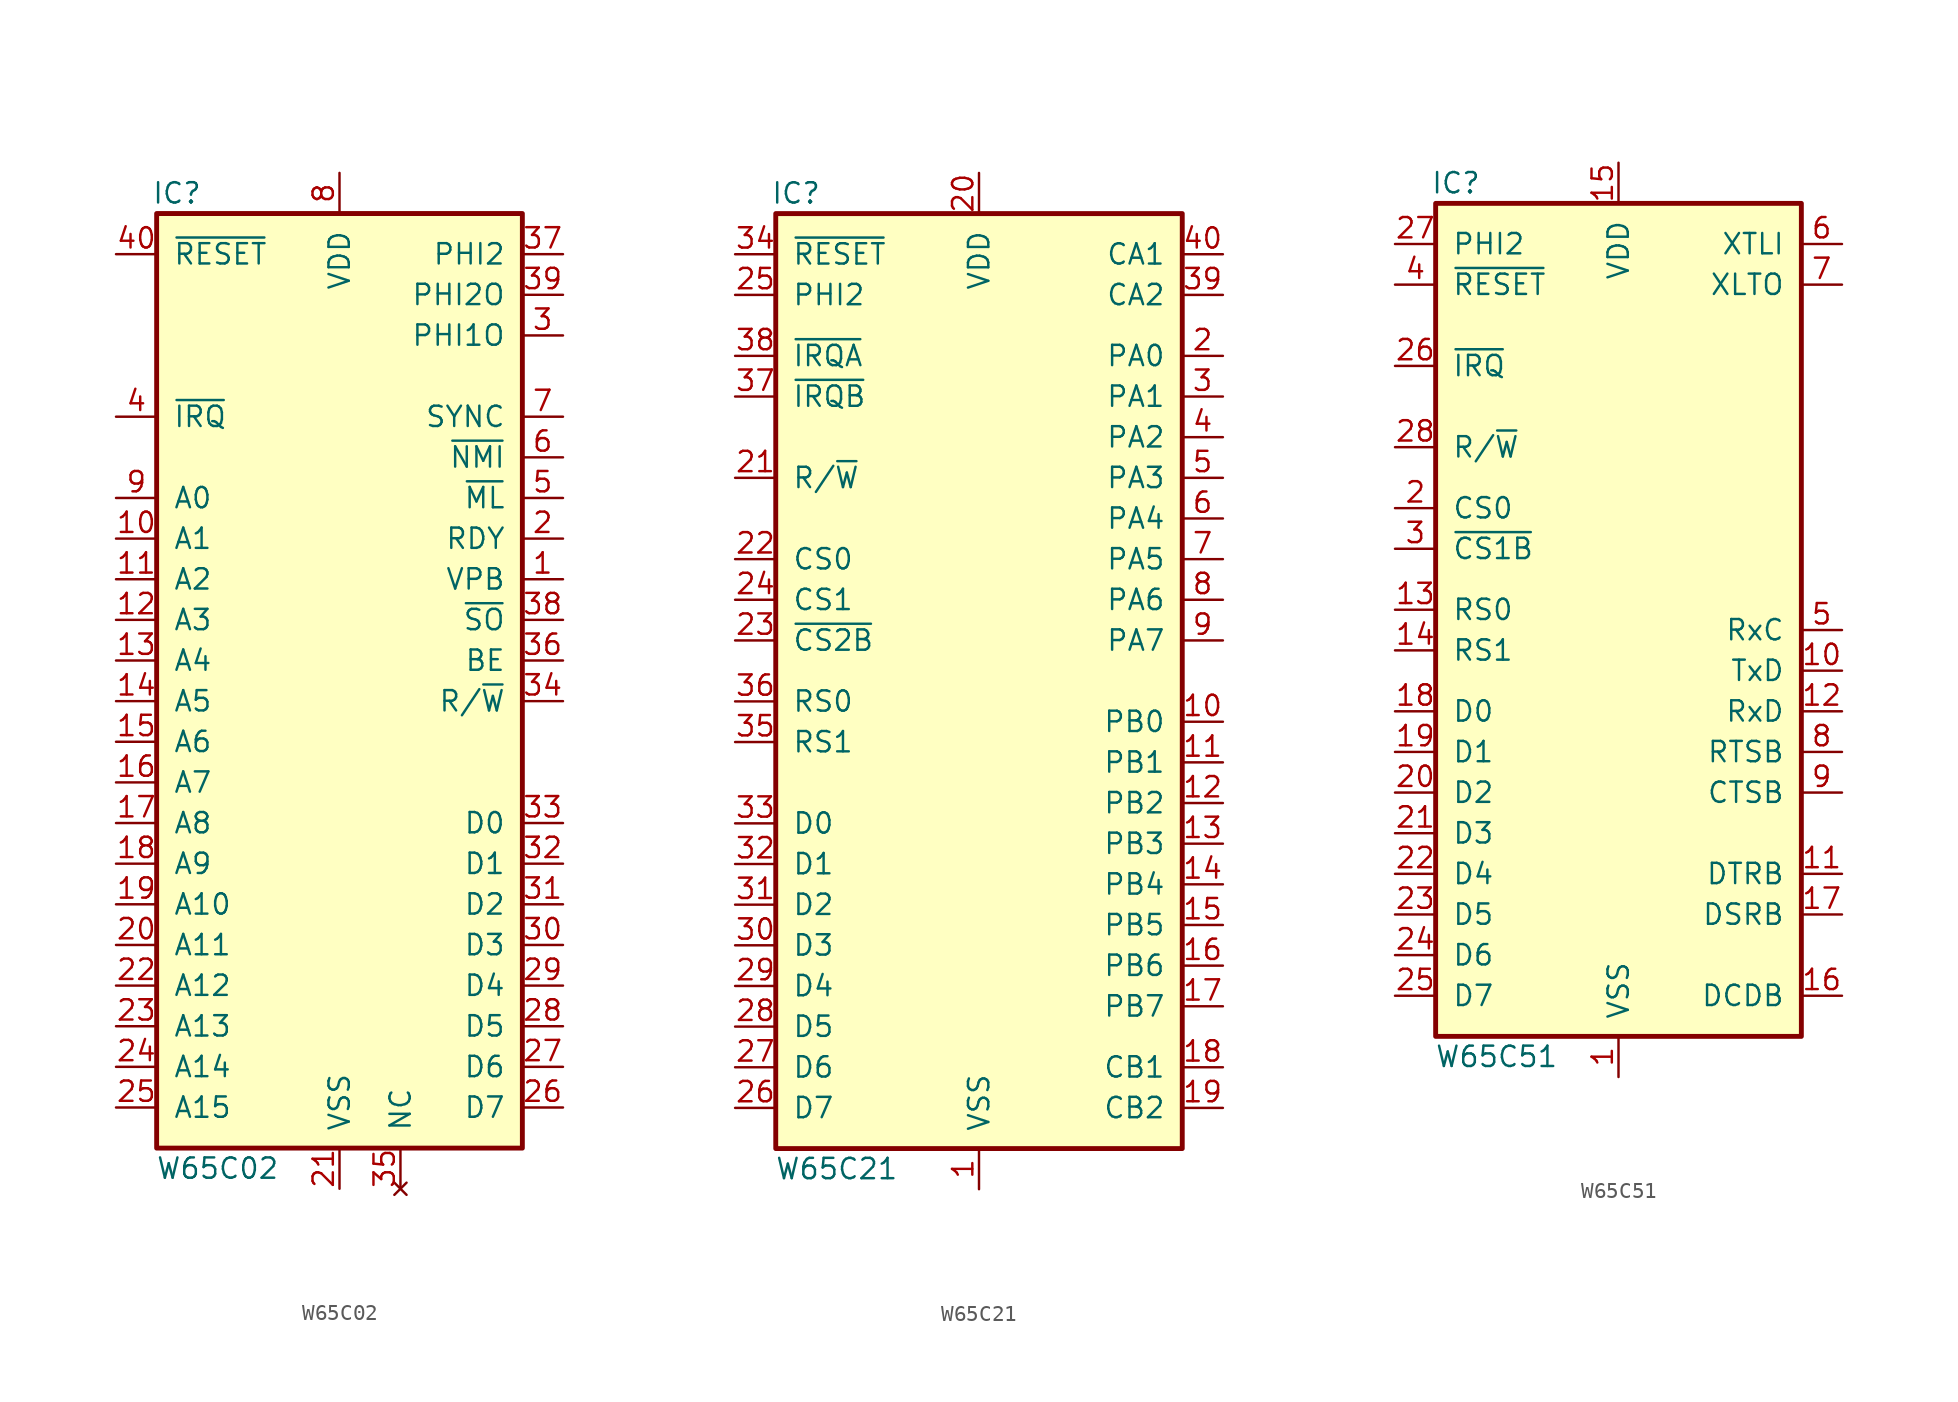
<source format=kicad_sym>
(kicad_symbol_lib
  (version 20231120)
  (generator "kicad_symbol_editor")
  (generator_version "8.0")
  (symbol "W65C02"
    (pin_names
      (offset 1.016))
    (property "Reference" "IC"
      (at -10.16 30.48 0)
      (effects (font (size 1.27 1.27))))
    (property "Value" "W65C02"
      (at -7.62 -30.48 0)
      (effects (font (size 1.27 1.27))))
    (symbol "W65C02_1_0"
      (rectangle (start -11.43 -29.21) (end 11.43 29.21) (stroke (width 0.305) (type solid)) (fill (type background))))
    (symbol "W65C02_1_1"
      (pin output line (at 13.97 6.35 180) (length 2.54) (name "VPB" (effects (font (size 1.27 1.27)))) (number "1" (effects (font (size 1.27 1.27)))))
      (pin output line (at -13.97 8.89 0) (length 2.54) (name "A1" (effects (font (size 1.27 1.27)))) (number "10" (effects (font (size 1.27 1.27)))))
      (pin output line (at -13.97 6.35 0) (length 2.54) (name "A2" (effects (font (size 1.27 1.27)))) (number "11" (effects (font (size 1.27 1.27)))))
      (pin output line (at -13.97 3.81 0) (length 2.54) (name "A3" (effects (font (size 1.27 1.27)))) (number "12" (effects (font (size 1.27 1.27)))))
      (pin output line (at -13.97 1.27 0) (length 2.54) (name "A4" (effects (font (size 1.27 1.27)))) (number "13" (effects (font (size 1.27 1.27)))))
      (pin output line (at -13.97 -1.27 0) (length 2.54) (name "A5" (effects (font (size 1.27 1.27)))) (number "14" (effects (font (size 1.27 1.27)))))
      (pin output line (at -13.97 -3.81 0) (length 2.54) (name "A6" (effects (font (size 1.27 1.27)))) (number "15" (effects (font (size 1.27 1.27)))))
      (pin output line (at -13.97 -6.35 0) (length 2.54) (name "A7" (effects (font (size 1.27 1.27)))) (number "16" (effects (font (size 1.27 1.27)))))
      (pin output line (at -13.97 -8.89 0) (length 2.54) (name "A8" (effects (font (size 1.27 1.27)))) (number "17" (effects (font (size 1.27 1.27)))))
      (pin output line (at -13.97 -11.43 0) (length 2.54) (name "A9" (effects (font (size 1.27 1.27)))) (number "18" (effects (font (size 1.27 1.27)))))
      (pin output line (at -13.97 -13.97 0) (length 2.54) (name "A10" (effects (font (size 1.27 1.27)))) (number "19" (effects (font (size 1.27 1.27)))))
      (pin input line (at 13.97 8.89 180) (length 2.54) (name "RDY" (effects (font (size 1.27 1.27)))) (number "2" (effects (font (size 1.27 1.27)))))
      (pin output line (at -13.97 -16.51 0) (length 2.54) (name "A11" (effects (font (size 1.27 1.27)))) (number "20" (effects (font (size 1.27 1.27)))))
      (pin power_in line (at 0 -31.75 90) (length 2.54) (name "VSS" (effects (font (size 1.27 1.27)))) (number "21" (effects (font (size 1.27 1.27)))))
      (pin output line (at -13.97 -19.05 0) (length 2.54) (name "A12" (effects (font (size 1.27 1.27)))) (number "22" (effects (font (size 1.27 1.27)))))
      (pin output line (at -13.97 -21.59 0) (length 2.54) (name "A13" (effects (font (size 1.27 1.27)))) (number "23" (effects (font (size 1.27 1.27)))))
      (pin output line (at -13.97 -24.13 0) (length 2.54) (name "A14" (effects (font (size 1.27 1.27)))) (number "24" (effects (font (size 1.27 1.27)))))
      (pin output line (at -13.97 -26.67 0) (length 2.54) (name "A15" (effects (font (size 1.27 1.27)))) (number "25" (effects (font (size 1.27 1.27)))))
      (pin bidirectional line (at 13.97 -26.67 180) (length 2.54) (name "D7" (effects (font (size 1.27 1.27)))) (number "26" (effects (font (size 1.27 1.27)))))
      (pin bidirectional line (at 13.97 -24.13 180) (length 2.54) (name "D6" (effects (font (size 1.27 1.27)))) (number "27" (effects (font (size 1.27 1.27)))))
      (pin bidirectional line (at 13.97 -21.59 180) (length 2.54) (name "D5" (effects (font (size 1.27 1.27)))) (number "28" (effects (font (size 1.27 1.27)))))
      (pin bidirectional line (at 13.97 -19.05 180) (length 2.54) (name "D4" (effects (font (size 1.27 1.27)))) (number "29" (effects (font (size 1.27 1.27)))))
      (pin output line (at 13.97 21.59 180) (length 2.54) (name "PHI1O" (effects (font (size 1.27 1.27)))) (number "3" (effects (font (size 1.27 1.27)))))
      (pin bidirectional line (at 13.97 -16.51 180) (length 2.54) (name "D3" (effects (font (size 1.27 1.27)))) (number "30" (effects (font (size 1.27 1.27)))))
      (pin bidirectional line (at 13.97 -13.97 180) (length 2.54) (name "D2" (effects (font (size 1.27 1.27)))) (number "31" (effects (font (size 1.27 1.27)))))
      (pin bidirectional line (at 13.97 -11.43 180) (length 2.54) (name "D1" (effects (font (size 1.27 1.27)))) (number "32" (effects (font (size 1.27 1.27)))))
      (pin bidirectional line (at 13.97 -8.89 180) (length 2.54) (name "D0" (effects (font (size 1.27 1.27)))) (number "33" (effects (font (size 1.27 1.27)))))
      (pin output line (at 13.97 -1.27 180) (length 2.54) (name "R/~{W}" (effects (font (size 1.27 1.27)))) (number "34" (effects (font (size 1.27 1.27)))))
      (pin no_connect line (at 3.81 -31.75 90) (length 2.54) (name "NC" (effects (font (size 1.27 1.27)))) (number "35" (effects (font (size 1.27 1.27)))))
      (pin input line (at 13.97 1.27 180) (length 2.54) (name "BE" (effects (font (size 1.27 1.27)))) (number "36" (effects (font (size 1.27 1.27)))))
      (pin input line (at 13.97 26.67 180) (length 2.54) (name "PHI2" (effects (font (size 1.27 1.27)))) (number "37" (effects (font (size 1.27 1.27)))))
      (pin input line (at 13.97 3.81 180) (length 2.54) (name "~{SO}" (effects (font (size 1.27 1.27)))) (number "38" (effects (font (size 1.27 1.27)))))
      (pin output line (at 13.97 24.13 180) (length 2.54) (name "PHI2O" (effects (font (size 1.27 1.27)))) (number "39" (effects (font (size 1.27 1.27)))))
      (pin input line (at -13.97 16.51 0) (length 2.54) (name "~{IRQ}" (effects (font (size 1.27 1.27)))) (number "4" (effects (font (size 1.27 1.27)))))
      (pin input line (at -13.97 26.67 0) (length 2.54) (name "~{RESET}" (effects (font (size 1.27 1.27)))) (number "40" (effects (font (size 1.27 1.27)))))
      (pin output line (at 13.97 11.43 180) (length 2.54) (name "~{ML}" (effects (font (size 1.27 1.27)))) (number "5" (effects (font (size 1.27 1.27)))))
      (pin input line (at 13.97 13.97 180) (length 2.54) (name "~{NMI}" (effects (font (size 1.27 1.27)))) (number "6" (effects (font (size 1.27 1.27)))))
      (pin input line (at 13.97 16.51 180) (length 2.54) (name "SYNC" (effects (font (size 1.27 1.27)))) (number "7" (effects (font (size 1.27 1.27)))))
      (pin power_in line (at 0 31.75 270) (length 2.54) (name "VDD" (effects (font (size 1.27 1.27)))) (number "8" (effects (font (size 1.27 1.27)))))
      (pin output line (at -13.97 11.43 0) (length 2.54) (name "A0" (effects (font (size 1.27 1.27)))) (number "9" (effects (font (size 1.27 1.27)))))))
  (symbol "W65C21"
    (pin_names
      (offset 1.016))
    (property "Reference" "IC"
      (at -11.43 30.48 0)
      (effects (font (size 1.27 1.27))))
    (property "Value" "W65C21"
      (at -8.89 -30.48 0)
      (effects (font (size 1.27 1.27))))
    (symbol "W65C21_1_0"
      (rectangle (start -12.7 -29.21) (end 12.7 29.21) (stroke (width 0.305) (type solid)) (fill (type background))))
    (symbol "W65C21_1_1"
      (pin power_in line (at 0 -31.75 90) (length 2.54) (name "VSS" (effects (font (size 1.27 1.27)))) (number "1" (effects (font (size 1.27 1.27)))))
      (pin bidirectional line (at 15.24 -2.54 180) (length 2.54) (name "PB0" (effects (font (size 1.27 1.27)))) (number "10" (effects (font (size 1.27 1.27)))))
      (pin bidirectional line (at 15.24 -5.08 180) (length 2.54) (name "PB1" (effects (font (size 1.27 1.27)))) (number "11" (effects (font (size 1.27 1.27)))))
      (pin bidirectional line (at 15.24 -7.62 180) (length 2.54) (name "PB2" (effects (font (size 1.27 1.27)))) (number "12" (effects (font (size 1.27 1.27)))))
      (pin bidirectional line (at 15.24 -10.16 180) (length 2.54) (name "PB3" (effects (font (size 1.27 1.27)))) (number "13" (effects (font (size 1.27 1.27)))))
      (pin bidirectional line (at 15.24 -12.7 180) (length 2.54) (name "PB4" (effects (font (size 1.27 1.27)))) (number "14" (effects (font (size 1.27 1.27)))))
      (pin bidirectional line (at 15.24 -15.24 180) (length 2.54) (name "PB5" (effects (font (size 1.27 1.27)))) (number "15" (effects (font (size 1.27 1.27)))))
      (pin bidirectional line (at 15.24 -17.78 180) (length 2.54) (name "PB6" (effects (font (size 1.27 1.27)))) (number "16" (effects (font (size 1.27 1.27)))))
      (pin bidirectional line (at 15.24 -20.32 180) (length 2.54) (name "PB7" (effects (font (size 1.27 1.27)))) (number "17" (effects (font (size 1.27 1.27)))))
      (pin bidirectional line (at 15.24 -24.13 180) (length 2.54) (name "CB1" (effects (font (size 1.27 1.27)))) (number "18" (effects (font (size 1.27 1.27)))))
      (pin bidirectional line (at 15.24 -26.67 180) (length 2.54) (name "CB2" (effects (font (size 1.27 1.27)))) (number "19" (effects (font (size 1.27 1.27)))))
      (pin bidirectional line (at 15.24 20.32 180) (length 2.54) (name "PA0" (effects (font (size 1.27 1.27)))) (number "2" (effects (font (size 1.27 1.27)))))
      (pin power_in line (at 0 31.75 270) (length 2.54) (name "VDD" (effects (font (size 1.27 1.27)))) (number "20" (effects (font (size 1.27 1.27)))))
      (pin input line (at -15.24 12.7 0) (length 2.54) (name "R/~{W}" (effects (font (size 1.27 1.27)))) (number "21" (effects (font (size 1.27 1.27)))))
      (pin input line (at -15.24 7.62 0) (length 2.54) (name "CS0" (effects (font (size 1.27 1.27)))) (number "22" (effects (font (size 1.27 1.27)))))
      (pin input line (at -15.24 2.54 0) (length 2.54) (name "~{CS2B}" (effects (font (size 1.27 1.27)))) (number "23" (effects (font (size 1.27 1.27)))))
      (pin input line (at -15.24 5.08 0) (length 2.54) (name "CS1" (effects (font (size 1.27 1.27)))) (number "24" (effects (font (size 1.27 1.27)))))
      (pin input line (at -15.24 24.13 0) (length 2.54) (name "PHI2" (effects (font (size 1.27 1.27)))) (number "25" (effects (font (size 1.27 1.27)))))
      (pin input line (at -15.24 -26.67 0) (length 2.54) (name "D7" (effects (font (size 1.27 1.27)))) (number "26" (effects (font (size 1.27 1.27)))))
      (pin input line (at -15.24 -24.13 0) (length 2.54) (name "D6" (effects (font (size 1.27 1.27)))) (number "27" (effects (font (size 1.27 1.27)))))
      (pin input line (at -15.24 -21.59 0) (length 2.54) (name "D5" (effects (font (size 1.27 1.27)))) (number "28" (effects (font (size 1.27 1.27)))))
      (pin input line (at -15.24 -19.05 0) (length 2.54) (name "D4" (effects (font (size 1.27 1.27)))) (number "29" (effects (font (size 1.27 1.27)))))
      (pin bidirectional line (at 15.24 17.78 180) (length 2.54) (name "PA1" (effects (font (size 1.27 1.27)))) (number "3" (effects (font (size 1.27 1.27)))))
      (pin input line (at -15.24 -16.51 0) (length 2.54) (name "D3" (effects (font (size 1.27 1.27)))) (number "30" (effects (font (size 1.27 1.27)))))
      (pin input line (at -15.24 -13.97 0) (length 2.54) (name "D2" (effects (font (size 1.27 1.27)))) (number "31" (effects (font (size 1.27 1.27)))))
      (pin input line (at -15.24 -11.43 0) (length 2.54) (name "D1" (effects (font (size 1.27 1.27)))) (number "32" (effects (font (size 1.27 1.27)))))
      (pin input line (at -15.24 -8.89 0) (length 2.54) (name "D0" (effects (font (size 1.27 1.27)))) (number "33" (effects (font (size 1.27 1.27)))))
      (pin input line (at -15.24 26.67 0) (length 2.54) (name "~{RESET}" (effects (font (size 1.27 1.27)))) (number "34" (effects (font (size 1.27 1.27)))))
      (pin input line (at -15.24 -3.81 0) (length 2.54) (name "RS1" (effects (font (size 1.27 1.27)))) (number "35" (effects (font (size 1.27 1.27)))))
      (pin input line (at -15.24 -1.27 0) (length 2.54) (name "RS0" (effects (font (size 1.27 1.27)))) (number "36" (effects (font (size 1.27 1.27)))))
      (pin output line (at -15.24 17.78 0) (length 2.54) (name "~{IRQB}" (effects (font (size 1.27 1.27)))) (number "37" (effects (font (size 1.27 1.27)))))
      (pin output line (at -15.24 20.32 0) (length 2.54) (name "~{IRQA}" (effects (font (size 1.27 1.27)))) (number "38" (effects (font (size 1.27 1.27)))))
      (pin bidirectional line (at 15.24 24.13 180) (length 2.54) (name "CA2" (effects (font (size 1.27 1.27)))) (number "39" (effects (font (size 1.27 1.27)))))
      (pin bidirectional line (at 15.24 15.24 180) (length 2.54) (name "PA2" (effects (font (size 1.27 1.27)))) (number "4" (effects (font (size 1.27 1.27)))))
      (pin bidirectional line (at 15.24 26.67 180) (length 2.54) (name "CA1" (effects (font (size 1.27 1.27)))) (number "40" (effects (font (size 1.27 1.27)))))
      (pin bidirectional line (at 15.24 12.7 180) (length 2.54) (name "PA3" (effects (font (size 1.27 1.27)))) (number "5" (effects (font (size 1.27 1.27)))))
      (pin bidirectional line (at 15.24 10.16 180) (length 2.54) (name "PA4" (effects (font (size 1.27 1.27)))) (number "6" (effects (font (size 1.27 1.27)))))
      (pin bidirectional line (at 15.24 7.62 180) (length 2.54) (name "PA5" (effects (font (size 1.27 1.27)))) (number "7" (effects (font (size 1.27 1.27)))))
      (pin bidirectional line (at 15.24 5.08 180) (length 2.54) (name "PA6" (effects (font (size 1.27 1.27)))) (number "8" (effects (font (size 1.27 1.27)))))
      (pin bidirectional line (at 15.24 2.54 180) (length 2.54) (name "PA7" (effects (font (size 1.27 1.27)))) (number "9" (effects (font (size 1.27 1.27)))))))
  (symbol "W65C51"
    (pin_names
      (offset 1.016))
    (property "Reference" "IC"
      (at -10.16 27.94 0)
      (effects (font (size 1.27 1.27))))
    (property "Value" "W65C51"
      (at -7.62 -26.67 0)
      (effects (font (size 1.27 1.27))))
    (symbol "W65C51_1_0"
      (rectangle (start -11.43 -25.4) (end 11.43 26.67) (stroke (width 0.305) (type solid)) (fill (type background))))
    (symbol "W65C51_1_1"
      (pin power_in line (at 0 -27.94 90) (length 2.54) (name "VSS" (effects (font (size 1.27 1.27)))) (number "1" (effects (font (size 1.27 1.27)))))
      (pin output line (at 13.97 -2.54 180) (length 2.54) (name "TxD" (effects (font (size 1.27 1.27)))) (number "10" (effects (font (size 1.27 1.27)))))
      (pin output line (at 13.97 -15.24 180) (length 2.54) (name "DTRB" (effects (font (size 1.27 1.27)))) (number "11" (effects (font (size 1.27 1.27)))))
      (pin input line (at 13.97 -5.08 180) (length 2.54) (name "RxD" (effects (font (size 1.27 1.27)))) (number "12" (effects (font (size 1.27 1.27)))))
      (pin input line (at -13.97 1.27 0) (length 2.54) (name "RS0" (effects (font (size 1.27 1.27)))) (number "13" (effects (font (size 1.27 1.27)))))
      (pin input line (at -13.97 -1.27 0) (length 2.54) (name "RS1" (effects (font (size 1.27 1.27)))) (number "14" (effects (font (size 1.27 1.27)))))
      (pin power_in line (at 0 29.21 270) (length 2.54) (name "VDD" (effects (font (size 1.27 1.27)))) (number "15" (effects (font (size 1.27 1.27)))))
      (pin input line (at 13.97 -22.86 180) (length 2.54) (name "DCDB" (effects (font (size 1.27 1.27)))) (number "16" (effects (font (size 1.27 1.27)))))
      (pin input line (at 13.97 -17.78 180) (length 2.54) (name "DSRB" (effects (font (size 1.27 1.27)))) (number "17" (effects (font (size 1.27 1.27)))))
      (pin input line (at -13.97 -5.08 0) (length 2.54) (name "D0" (effects (font (size 1.27 1.27)))) (number "18" (effects (font (size 1.27 1.27)))))
      (pin input line (at -13.97 -7.62 0) (length 2.54) (name "D1" (effects (font (size 1.27 1.27)))) (number "19" (effects (font (size 1.27 1.27)))))
      (pin input line (at -13.97 7.62 0) (length 2.54) (name "CS0" (effects (font (size 1.27 1.27)))) (number "2" (effects (font (size 1.27 1.27)))))
      (pin input line (at -13.97 -10.16 0) (length 2.54) (name "D2" (effects (font (size 1.27 1.27)))) (number "20" (effects (font (size 1.27 1.27)))))
      (pin input line (at -13.97 -12.7 0) (length 2.54) (name "D3" (effects (font (size 1.27 1.27)))) (number "21" (effects (font (size 1.27 1.27)))))
      (pin input line (at -13.97 -15.24 0) (length 2.54) (name "D4" (effects (font (size 1.27 1.27)))) (number "22" (effects (font (size 1.27 1.27)))))
      (pin input line (at -13.97 -17.78 0) (length 2.54) (name "D5" (effects (font (size 1.27 1.27)))) (number "23" (effects (font (size 1.27 1.27)))))
      (pin input line (at -13.97 -20.32 0) (length 2.54) (name "D6" (effects (font (size 1.27 1.27)))) (number "24" (effects (font (size 1.27 1.27)))))
      (pin input line (at -13.97 -22.86 0) (length 2.54) (name "D7" (effects (font (size 1.27 1.27)))) (number "25" (effects (font (size 1.27 1.27)))))
      (pin output line (at -13.97 16.51 0) (length 2.54) (name "~{IRQ}" (effects (font (size 1.27 1.27)))) (number "26" (effects (font (size 1.27 1.27)))))
      (pin input line (at -13.97 24.13 0) (length 2.54) (name "PHI2" (effects (font (size 1.27 1.27)))) (number "27" (effects (font (size 1.27 1.27)))))
      (pin input line (at -13.97 11.43 0) (length 2.54) (name "R/~{W}" (effects (font (size 1.27 1.27)))) (number "28" (effects (font (size 1.27 1.27)))))
      (pin input line (at -13.97 5.08 0) (length 2.54) (name "~{CS1B}" (effects (font (size 1.27 1.27)))) (number "3" (effects (font (size 1.27 1.27)))))
      (pin input line (at -13.97 21.59 0) (length 2.54) (name "~{RESET}" (effects (font (size 1.27 1.27)))) (number "4" (effects (font (size 1.27 1.27)))))
      (pin input line (at 13.97 0 180) (length 2.54) (name "RxC" (effects (font (size 1.27 1.27)))) (number "5" (effects (font (size 1.27 1.27)))))
      (pin input line (at 13.97 24.13 180) (length 2.54) (name "XTLI" (effects (font (size 1.27 1.27)))) (number "6" (effects (font (size 1.27 1.27)))))
      (pin output line (at 13.97 21.59 180) (length 2.54) (name "XLTO" (effects (font (size 1.27 1.27)))) (number "7" (effects (font (size 1.27 1.27)))))
      (pin output line (at 13.97 -7.62 180) (length 2.54) (name "RTSB" (effects (font (size 1.27 1.27)))) (number "8" (effects (font (size 1.27 1.27)))))
      (pin input line (at 13.97 -10.16 180) (length 2.54) (name "CTSB" (effects (font (size 1.27 1.27)))) (number "9" (effects (font (size 1.27 1.27))))))))
</source>
